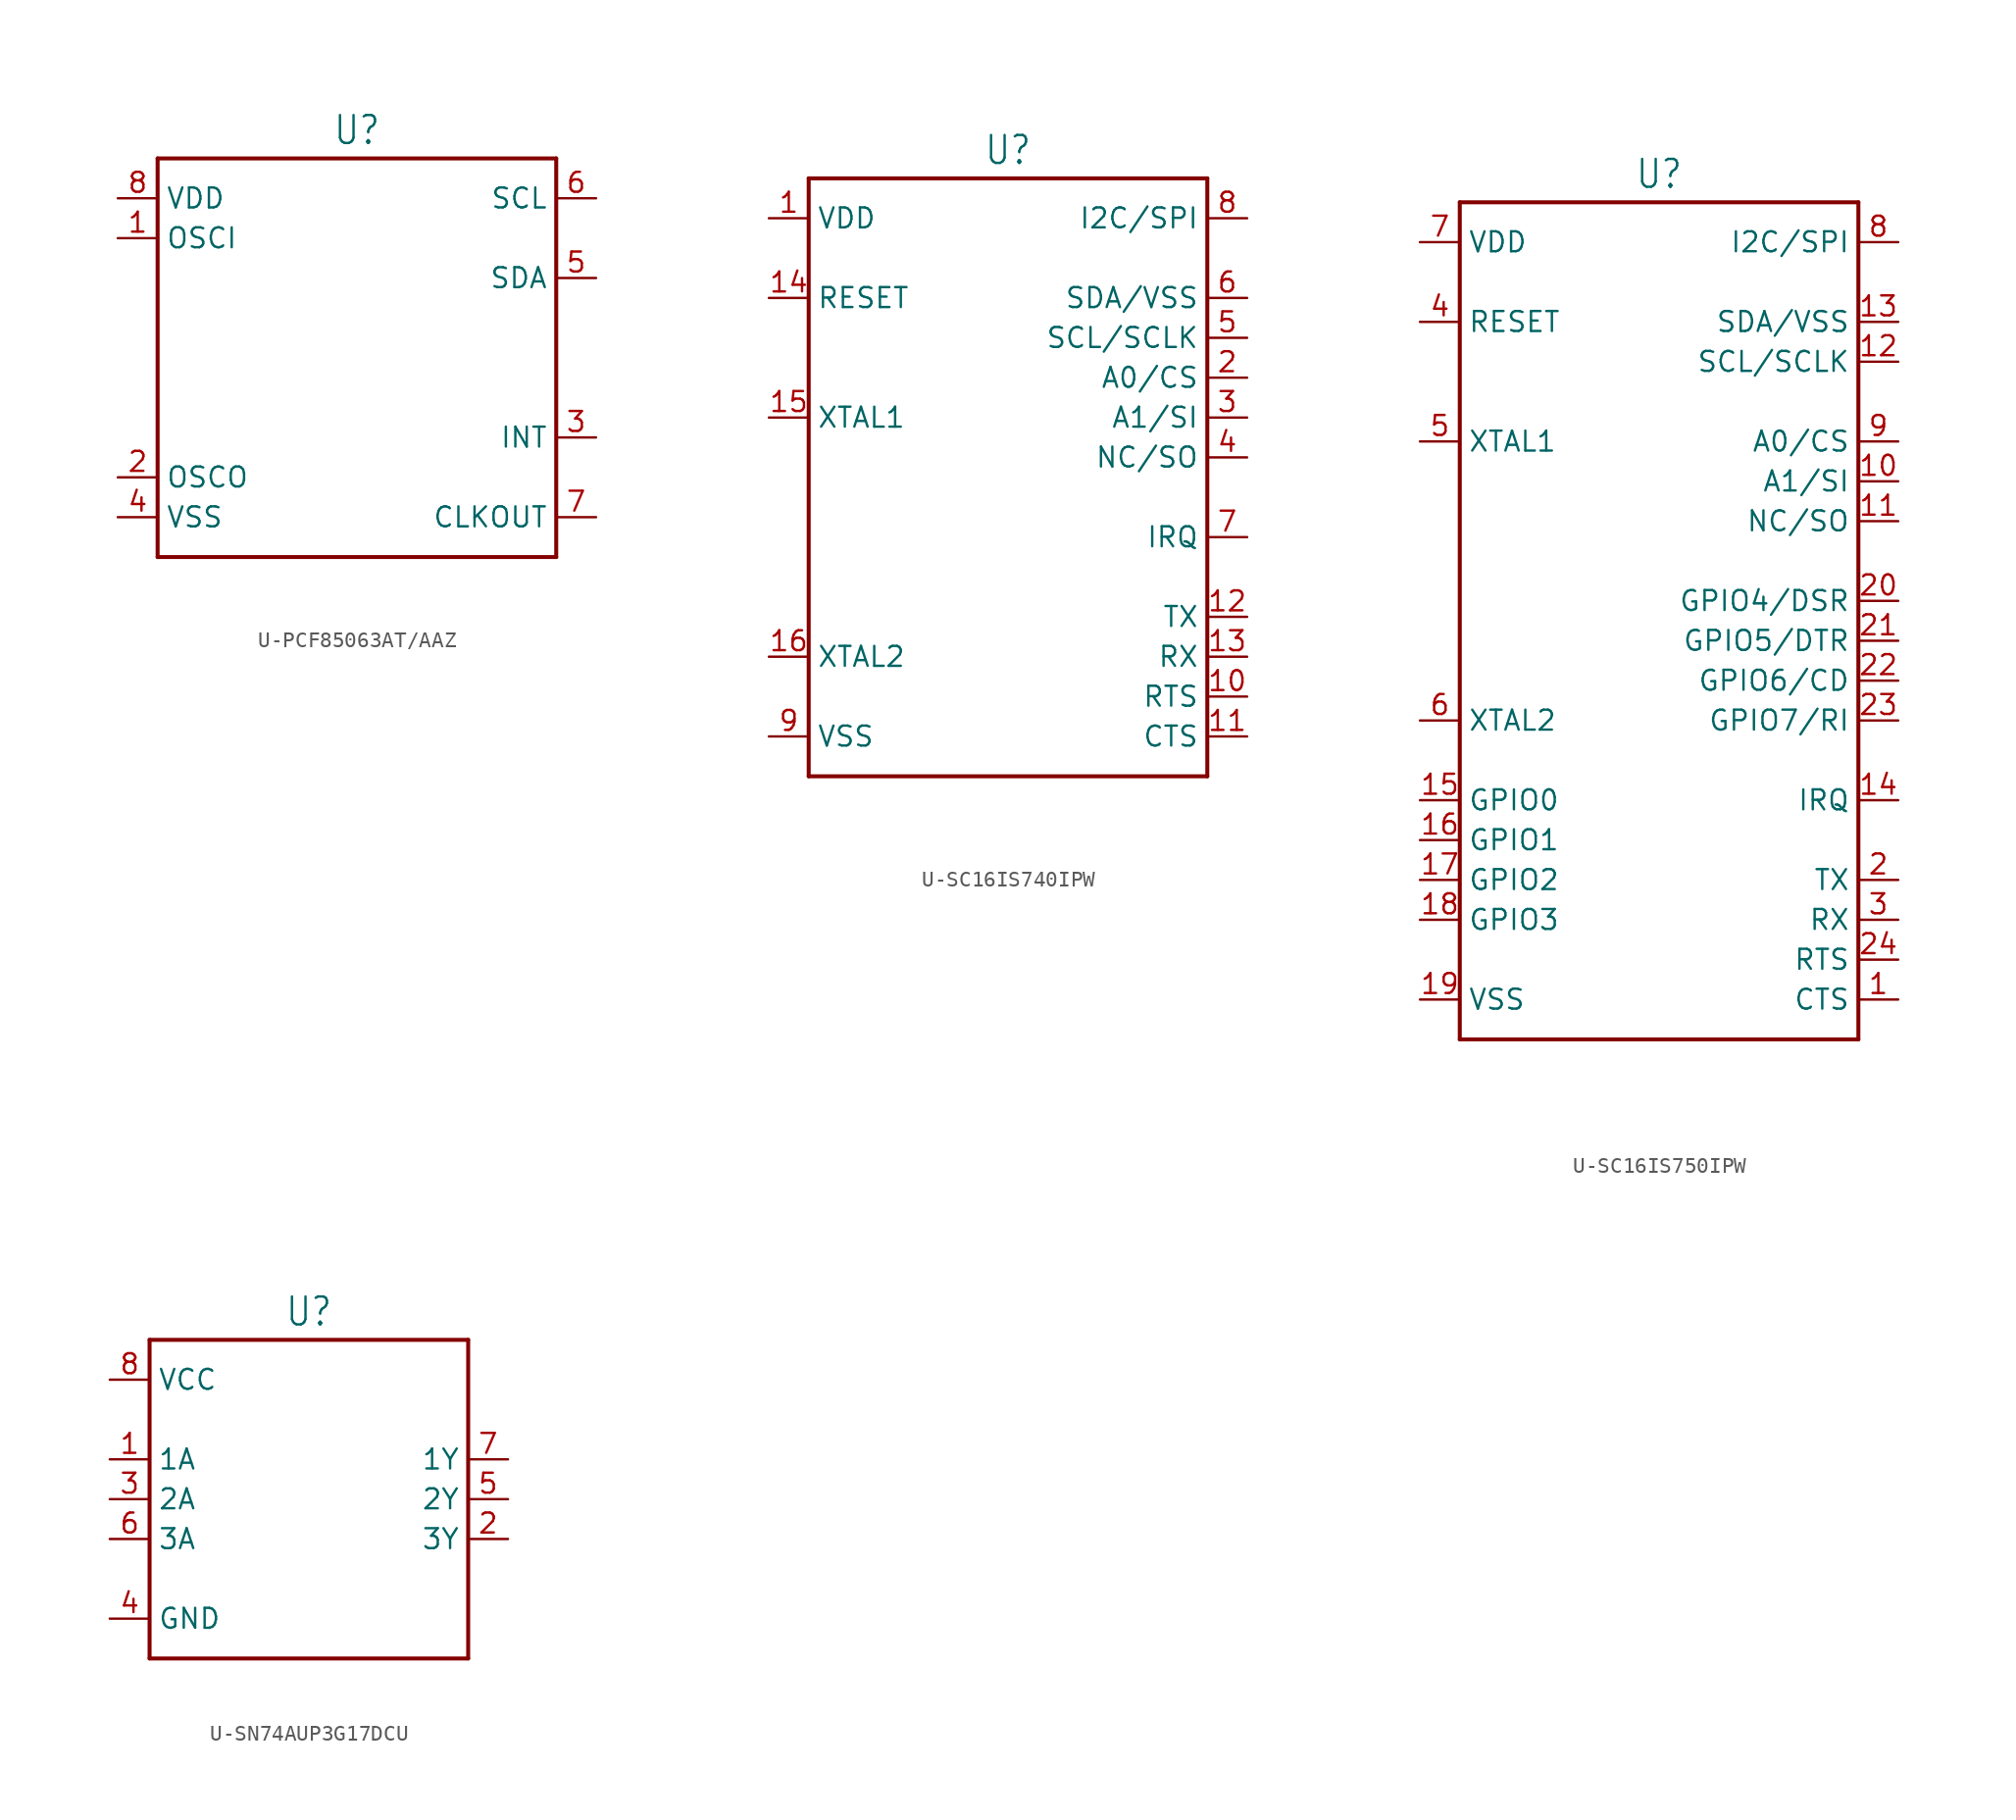
<source format=kicad_sym>
(kicad_symbol_lib
  (version 20231120)
  (generator "kicad_symbol_editor")
  (generator_version "8.0")
  (symbol "U-PCF85063AT/AAZ"
    (property "Reference" "U"
      (at 0 13.462 0)
      (effects (font (size 1.778 1.511)) (justify bottom)))
    (property "Value" ""
      (at 0 -13.462 0)
      (effects (font (size 1.778 1.511)) (justify top)))
    (property "ki_locked" ""
      (at 0 0 0)
      (effects (font (size 1.27 1.27))))
    (symbol "U-PCF85063AT/AAZ_1_0"
      (polyline (pts (xy -12.7 -12.7) (xy 12.7 -12.7)) (stroke (width 0.254) (type solid)) (fill (type none)))
      (polyline (pts (xy -12.7 12.7) (xy -12.7 -12.7)) (stroke (width 0.254) (type solid)) (fill (type none)))
      (polyline (pts (xy 12.7 -12.7) (xy 12.7 12.7)) (stroke (width 0.254) (type solid)) (fill (type none)))
      (polyline (pts (xy 12.7 12.7) (xy -12.7 12.7)) (stroke (width 0.254) (type solid)) (fill (type none)))
      (pin passive line (at -15.24 7.62 0) (length 2.54) (name "OSCI" (effects (font (size 1.27 1.27)))) (number "1" (effects (font (size 1.27 1.27)))))
      (pin passive line (at -15.24 -7.62 0) (length 2.54) (name "OSCO" (effects (font (size 1.27 1.27)))) (number "2" (effects (font (size 1.27 1.27)))))
      (pin passive line (at 15.24 -5.08 180) (length 2.54) (name "INT" (effects (font (size 1.27 1.27)))) (number "3" (effects (font (size 1.27 1.27)))))
      (pin passive line (at -15.24 -10.16 0) (length 2.54) (name "VSS" (effects (font (size 1.27 1.27)))) (number "4" (effects (font (size 1.27 1.27)))))
      (pin passive line (at 15.24 5.08 180) (length 2.54) (name "SDA" (effects (font (size 1.27 1.27)))) (number "5" (effects (font (size 1.27 1.27)))))
      (pin passive line (at 15.24 10.16 180) (length 2.54) (name "SCL" (effects (font (size 1.27 1.27)))) (number "6" (effects (font (size 1.27 1.27)))))
      (pin passive line (at 15.24 -10.16 180) (length 2.54) (name "CLKOUT" (effects (font (size 1.27 1.27)))) (number "7" (effects (font (size 1.27 1.27)))))
      (pin passive line (at -15.24 10.16 0) (length 2.54) (name "VDD" (effects (font (size 1.27 1.27)))) (number "8" (effects (font (size 1.27 1.27)))))))
  (symbol "U-SC16IS740IPW"
    (property "Reference" "U"
      (at 0 18.542 0)
      (effects (font (size 1.778 1.511)) (justify bottom)))
    (property "Value" ""
      (at 0 -21.082 0)
      (effects (font (size 1.778 1.511)) (justify top)))
    (property "ki_locked" ""
      (at 0 0 0)
      (effects (font (size 1.27 1.27))))
    (symbol "U-SC16IS740IPW_1_0"
      (polyline (pts (xy -12.7 -20.32) (xy -12.7 17.78)) (stroke (width 0.254) (type solid)) (fill (type none)))
      (polyline (pts (xy -12.7 17.78) (xy 12.7 17.78)) (stroke (width 0.254) (type solid)) (fill (type none)))
      (polyline (pts (xy 12.7 -20.32) (xy -12.7 -20.32)) (stroke (width 0.254) (type solid)) (fill (type none)))
      (polyline (pts (xy 12.7 17.78) (xy 12.7 -20.32)) (stroke (width 0.254) (type solid)) (fill (type none)))
      (pin passive line (at -15.24 15.24 0) (length 2.54) (name "VDD" (effects (font (size 1.27 1.27)))) (number "1" (effects (font (size 1.27 1.27)))))
      (pin passive line (at 15.24 -15.24 180) (length 2.54) (name "RTS" (effects (font (size 1.27 1.27)))) (number "10" (effects (font (size 1.27 1.27)))))
      (pin passive line (at 15.24 -17.78 180) (length 2.54) (name "CTS" (effects (font (size 1.27 1.27)))) (number "11" (effects (font (size 1.27 1.27)))))
      (pin passive line (at 15.24 -10.16 180) (length 2.54) (name "TX" (effects (font (size 1.27 1.27)))) (number "12" (effects (font (size 1.27 1.27)))))
      (pin passive line (at 15.24 -12.7 180) (length 2.54) (name "RX" (effects (font (size 1.27 1.27)))) (number "13" (effects (font (size 1.27 1.27)))))
      (pin passive line (at -15.24 10.16 0) (length 2.54) (name "RESET" (effects (font (size 1.27 1.27)))) (number "14" (effects (font (size 1.27 1.27)))))
      (pin passive line (at -15.24 2.54 0) (length 2.54) (name "XTAL1" (effects (font (size 1.27 1.27)))) (number "15" (effects (font (size 1.27 1.27)))))
      (pin passive line (at -15.24 -12.7 0) (length 2.54) (name "XTAL2" (effects (font (size 1.27 1.27)))) (number "16" (effects (font (size 1.27 1.27)))))
      (pin passive line (at 15.24 5.08 180) (length 2.54) (name "A0/CS" (effects (font (size 1.27 1.27)))) (number "2" (effects (font (size 1.27 1.27)))))
      (pin passive line (at 15.24 2.54 180) (length 2.54) (name "A1/SI" (effects (font (size 1.27 1.27)))) (number "3" (effects (font (size 1.27 1.27)))))
      (pin passive line (at 15.24 0 180) (length 2.54) (name "NC/SO" (effects (font (size 1.27 1.27)))) (number "4" (effects (font (size 1.27 1.27)))))
      (pin passive line (at 15.24 7.62 180) (length 2.54) (name "SCL/SCLK" (effects (font (size 1.27 1.27)))) (number "5" (effects (font (size 1.27 1.27)))))
      (pin passive line (at 15.24 10.16 180) (length 2.54) (name "SDA/VSS" (effects (font (size 1.27 1.27)))) (number "6" (effects (font (size 1.27 1.27)))))
      (pin passive line (at 15.24 -5.08 180) (length 2.54) (name "IRQ" (effects (font (size 1.27 1.27)))) (number "7" (effects (font (size 1.27 1.27)))))
      (pin passive line (at 15.24 15.24 180) (length 2.54) (name "I2C/SPI" (effects (font (size 1.27 1.27)))) (number "8" (effects (font (size 1.27 1.27)))))
      (pin passive line (at -15.24 -17.78 0) (length 2.54) (name "VSS" (effects (font (size 1.27 1.27)))) (number "9" (effects (font (size 1.27 1.27)))))))
  (symbol "U-SC16IS750IPW"
    (property "Reference" "U"
      (at 0 18.542 0)
      (effects (font (size 1.778 1.511)) (justify bottom)))
    (property "Value" ""
      (at 0 -36.322 0)
      (effects (font (size 1.778 1.511)) (justify top)))
    (property "ki_locked" ""
      (at 0 0 0)
      (effects (font (size 1.27 1.27))))
    (symbol "U-SC16IS750IPW_1_0"
      (polyline (pts (xy -12.7 -35.56) (xy -12.7 17.78)) (stroke (width 0.254) (type solid)) (fill (type none)))
      (polyline (pts (xy -12.7 17.78) (xy 12.7 17.78)) (stroke (width 0.254) (type solid)) (fill (type none)))
      (polyline (pts (xy 12.7 -35.56) (xy -12.7 -35.56)) (stroke (width 0.254) (type solid)) (fill (type none)))
      (polyline (pts (xy 12.7 17.78) (xy 12.7 -35.56)) (stroke (width 0.254) (type solid)) (fill (type none)))
      (pin passive line (at 15.24 -33.02 180) (length 2.54) (name "CTS" (effects (font (size 1.27 1.27)))) (number "1" (effects (font (size 1.27 1.27)))))
      (pin passive line (at 15.24 0 180) (length 2.54) (name "A1/SI" (effects (font (size 1.27 1.27)))) (number "10" (effects (font (size 1.27 1.27)))))
      (pin passive line (at 15.24 -2.54 180) (length 2.54) (name "NC/SO" (effects (font (size 1.27 1.27)))) (number "11" (effects (font (size 1.27 1.27)))))
      (pin passive line (at 15.24 7.62 180) (length 2.54) (name "SCL/SCLK" (effects (font (size 1.27 1.27)))) (number "12" (effects (font (size 1.27 1.27)))))
      (pin passive line (at 15.24 10.16 180) (length 2.54) (name "SDA/VSS" (effects (font (size 1.27 1.27)))) (number "13" (effects (font (size 1.27 1.27)))))
      (pin passive line (at 15.24 -20.32 180) (length 2.54) (name "IRQ" (effects (font (size 1.27 1.27)))) (number "14" (effects (font (size 1.27 1.27)))))
      (pin passive line (at -15.24 -20.32 0) (length 2.54) (name "GPIO0" (effects (font (size 1.27 1.27)))) (number "15" (effects (font (size 1.27 1.27)))))
      (pin passive line (at -15.24 -22.86 0) (length 2.54) (name "GPIO1" (effects (font (size 1.27 1.27)))) (number "16" (effects (font (size 1.27 1.27)))))
      (pin passive line (at -15.24 -25.4 0) (length 2.54) (name "GPIO2" (effects (font (size 1.27 1.27)))) (number "17" (effects (font (size 1.27 1.27)))))
      (pin passive line (at -15.24 -27.94 0) (length 2.54) (name "GPIO3" (effects (font (size 1.27 1.27)))) (number "18" (effects (font (size 1.27 1.27)))))
      (pin passive line (at -15.24 -33.02 0) (length 2.54) (name "VSS" (effects (font (size 1.27 1.27)))) (number "19" (effects (font (size 1.27 1.27)))))
      (pin passive line (at 15.24 -25.4 180) (length 2.54) (name "TX" (effects (font (size 1.27 1.27)))) (number "2" (effects (font (size 1.27 1.27)))))
      (pin passive line (at 15.24 -7.62 180) (length 2.54) (name "GPIO4/DSR" (effects (font (size 1.27 1.27)))) (number "20" (effects (font (size 1.27 1.27)))))
      (pin passive line (at 15.24 -10.16 180) (length 2.54) (name "GPIO5/DTR" (effects (font (size 1.27 1.27)))) (number "21" (effects (font (size 1.27 1.27)))))
      (pin passive line (at 15.24 -12.7 180) (length 2.54) (name "GPIO6/CD" (effects (font (size 1.27 1.27)))) (number "22" (effects (font (size 1.27 1.27)))))
      (pin passive line (at 15.24 -15.24 180) (length 2.54) (name "GPIO7/RI" (effects (font (size 1.27 1.27)))) (number "23" (effects (font (size 1.27 1.27)))))
      (pin passive line (at 15.24 -30.48 180) (length 2.54) (name "RTS" (effects (font (size 1.27 1.27)))) (number "24" (effects (font (size 1.27 1.27)))))
      (pin passive line (at 15.24 -27.94 180) (length 2.54) (name "RX" (effects (font (size 1.27 1.27)))) (number "3" (effects (font (size 1.27 1.27)))))
      (pin passive line (at -15.24 10.16 0) (length 2.54) (name "RESET" (effects (font (size 1.27 1.27)))) (number "4" (effects (font (size 1.27 1.27)))))
      (pin passive line (at -15.24 2.54 0) (length 2.54) (name "XTAL1" (effects (font (size 1.27 1.27)))) (number "5" (effects (font (size 1.27 1.27)))))
      (pin passive line (at -15.24 -15.24 0) (length 2.54) (name "XTAL2" (effects (font (size 1.27 1.27)))) (number "6" (effects (font (size 1.27 1.27)))))
      (pin passive line (at -15.24 15.24 0) (length 2.54) (name "VDD" (effects (font (size 1.27 1.27)))) (number "7" (effects (font (size 1.27 1.27)))))
      (pin passive line (at 15.24 15.24 180) (length 2.54) (name "I2C/SPI" (effects (font (size 1.27 1.27)))) (number "8" (effects (font (size 1.27 1.27)))))
      (pin passive line (at 15.24 2.54 180) (length 2.54) (name "A0/CS" (effects (font (size 1.27 1.27)))) (number "9" (effects (font (size 1.27 1.27)))))))
  (symbol "U-SN74AUP3G17DCU"
    (property "Reference" "U"
      (at 0 13.462 0)
      (effects (font (size 1.778 1.511)) (justify bottom)))
    (property "Value" ""
      (at 0 -8.382 0)
      (effects (font (size 1.778 1.511)) (justify top)))
    (property "ki_locked" ""
      (at 0 0 0)
      (effects (font (size 1.27 1.27))))
    (symbol "U-SN74AUP3G17DCU_1_0"
      (polyline (pts (xy -10.16 -7.62) (xy -10.16 12.7)) (stroke (width 0.254) (type solid)) (fill (type none)))
      (polyline (pts (xy -10.16 12.7) (xy 10.16 12.7)) (stroke (width 0.254) (type solid)) (fill (type none)))
      (polyline (pts (xy 10.16 -7.62) (xy -10.16 -7.62)) (stroke (width 0.254) (type solid)) (fill (type none)))
      (polyline (pts (xy 10.16 12.7) (xy 10.16 -7.62)) (stroke (width 0.254) (type solid)) (fill (type none)))
      (pin passive line (at -12.7 5.08 0) (length 2.54) (name "1A" (effects (font (size 1.27 1.27)))) (number "1" (effects (font (size 1.27 1.27)))))
      (pin passive line (at 12.7 0 180) (length 2.54) (name "3Y" (effects (font (size 1.27 1.27)))) (number "2" (effects (font (size 1.27 1.27)))))
      (pin passive line (at -12.7 2.54 0) (length 2.54) (name "2A" (effects (font (size 1.27 1.27)))) (number "3" (effects (font (size 1.27 1.27)))))
      (pin passive line (at -12.7 -5.08 0) (length 2.54) (name "GND" (effects (font (size 1.27 1.27)))) (number "4" (effects (font (size 1.27 1.27)))))
      (pin passive line (at 12.7 2.54 180) (length 2.54) (name "2Y" (effects (font (size 1.27 1.27)))) (number "5" (effects (font (size 1.27 1.27)))))
      (pin passive line (at -12.7 0 0) (length 2.54) (name "3A" (effects (font (size 1.27 1.27)))) (number "6" (effects (font (size 1.27 1.27)))))
      (pin passive line (at 12.7 5.08 180) (length 2.54) (name "1Y" (effects (font (size 1.27 1.27)))) (number "7" (effects (font (size 1.27 1.27)))))
      (pin passive line (at -12.7 10.16 0) (length 2.54) (name "VCC" (effects (font (size 1.27 1.27)))) (number "8" (effects (font (size 1.27 1.27))))))))
</source>
